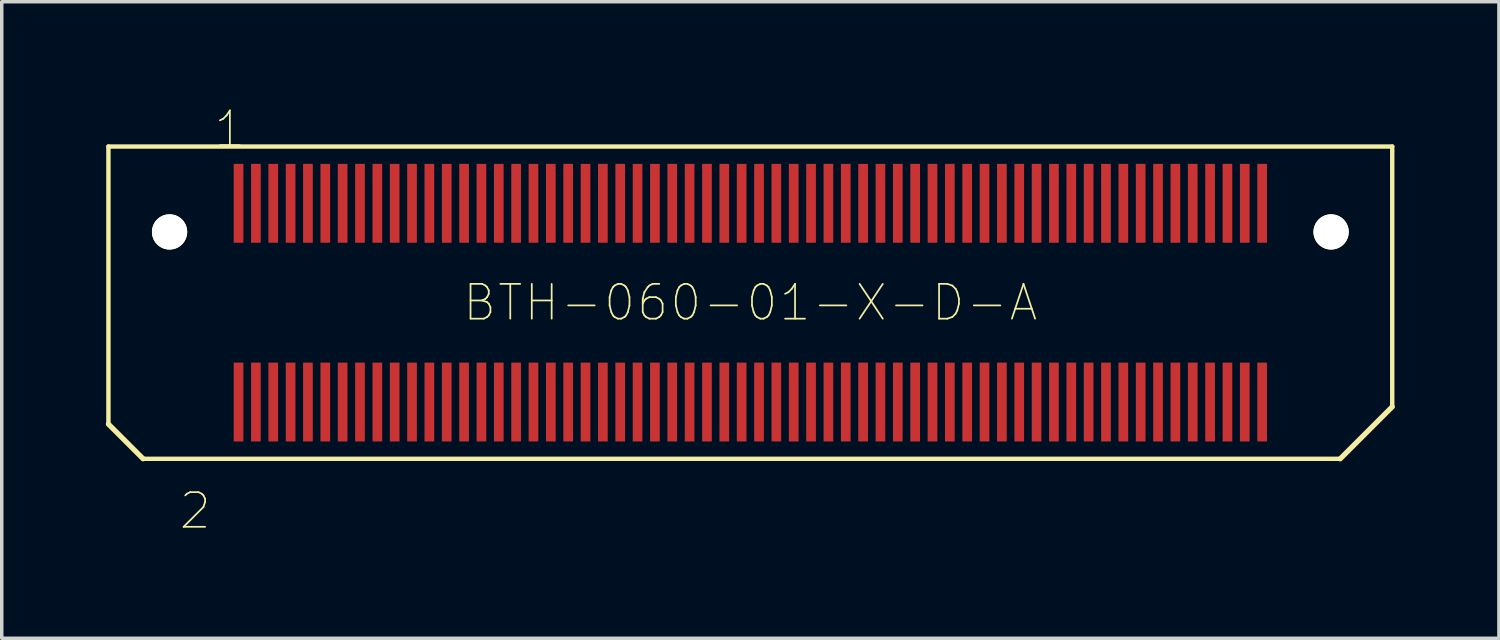
<source format=kicad_pcb>
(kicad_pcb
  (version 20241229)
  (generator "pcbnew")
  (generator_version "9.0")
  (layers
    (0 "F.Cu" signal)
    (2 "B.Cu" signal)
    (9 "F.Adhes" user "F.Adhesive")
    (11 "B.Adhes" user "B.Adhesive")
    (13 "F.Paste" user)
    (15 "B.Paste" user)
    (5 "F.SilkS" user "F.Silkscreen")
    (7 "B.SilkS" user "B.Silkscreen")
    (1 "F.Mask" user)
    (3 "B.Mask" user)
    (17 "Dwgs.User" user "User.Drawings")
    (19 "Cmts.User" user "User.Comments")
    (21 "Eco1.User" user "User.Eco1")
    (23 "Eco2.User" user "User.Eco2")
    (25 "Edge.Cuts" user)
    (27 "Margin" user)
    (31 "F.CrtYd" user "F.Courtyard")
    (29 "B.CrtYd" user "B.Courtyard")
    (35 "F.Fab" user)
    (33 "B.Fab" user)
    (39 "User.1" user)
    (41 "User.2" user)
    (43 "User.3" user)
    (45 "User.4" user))
  (footprint "BTH-060-01-X-D-A"
    (layer "F.Cu")
    (at 18.575 5.673)
    (property "Reference" "BTH-060-01-X-D-A" (at 0 0 0) (layer "F.SilkS") (effects (font (size 1.002 1.002) (thickness 0.05))))
    (attr smd)
    (fp_line (start -18.5 -4.5) (end 18.5 -4.5) (stroke (width 0.127) (type solid)) (layer "F.SilkS"))
    (fp_line (start -18.5 3.5) (end -18.5 -4.5) (stroke (width 0.127) (type solid)) (layer "F.SilkS"))
    (fp_line (start -18.5 3.5) (end -17.5 4.5) (stroke (width 0.15) (type solid)) (layer "F.SilkS"))
    (fp_line (start 17 4.5) (end -17.5 4.5) (stroke (width 0.127) (type solid)) (layer "F.SilkS"))
    (fp_line (start 18.5 -4.5) (end 18.5 3) (stroke (width 0.127) (type solid)) (layer "F.SilkS"))
    (fp_line (start 18.5 3) (end 17 4.5) (stroke (width 0.15) (type solid)) (layer "F.SilkS"))
    (fp_line (start -16 -3) (end 16 -3) (stroke (width 0.127) (type solid)) (layer "Eco2.User"))
    (fp_line (start -16 3) (end -16 -3) (stroke (width 0.127) (type solid)) (layer "Eco2.User"))
    (fp_line (start 16 -3) (end 16 3) (stroke (width 0.127) (type solid)) (layer "Eco2.User"))
    (fp_line (start 16 3) (end -16 3) (stroke (width 0.127) (type solid)) (layer "Eco2.User"))
    (fp_text user "1" (at -15 -5 0) (layer "F.SilkS") (effects (font (size 1 1) (thickness 0.05))))
    (fp_text user "2" (at -16 6 0) (layer "F.SilkS") (effects (font (size 1 1) (thickness 0.05))))
    (pad "" np_thru_hole circle (at -16.738 -2.039) (size 1.016 1.016) (drill 1.016) (layers "*.Cu" "*.Mask" "F.SilkS"))
    (pad "" np_thru_hole circle (at 16.738 -2.039) (size 1.016 1.016) (drill 1.016) (layers "*.Cu" "*.Mask" "F.SilkS"))
    (pad "1" smd rect (at -14.75 -2.864) (size 0.279 2.273) (layers "F.Cu" "F.Mask" "F.Paste"))
    (pad "2" smd rect (at -14.75 2.864) (size 0.279 2.273) (layers "F.Cu" "F.Mask" "F.Paste"))
    (pad "3" smd rect (at -14.25 -2.864) (size 0.279 2.273) (layers "F.Cu" "F.Mask" "F.Paste"))
    (pad "4" smd rect (at -14.25 2.864) (size 0.279 2.273) (layers "F.Cu" "F.Mask" "F.Paste"))
    (pad "5" smd rect (at -13.75 -2.864) (size 0.279 2.273) (layers "F.Cu" "F.Mask" "F.Paste"))
    (pad "6" smd rect (at -13.75 2.864) (size 0.279 2.273) (layers "F.Cu" "F.Mask" "F.Paste"))
    (pad "7" smd rect (at -13.25 -2.864) (size 0.279 2.273) (layers "F.Cu" "F.Mask" "F.Paste"))
    (pad "8" smd rect (at -13.25 2.864) (size 0.279 2.273) (layers "F.Cu" "F.Mask" "F.Paste"))
    (pad "9" smd rect (at -12.75 -2.864) (size 0.279 2.273) (layers "F.Cu" "F.Mask" "F.Paste"))
    (pad "10" smd rect (at -12.75 2.864) (size 0.279 2.273) (layers "F.Cu" "F.Mask" "F.Paste"))
    (pad "11" smd rect (at -12.25 -2.864) (size 0.279 2.273) (layers "F.Cu" "F.Mask" "F.Paste"))
    (pad "12" smd rect (at -12.25 2.864) (size 0.279 2.273) (layers "F.Cu" "F.Mask" "F.Paste"))
    (pad "13" smd rect (at -11.75 -2.864) (size 0.279 2.273) (layers "F.Cu" "F.Mask" "F.Paste"))
    (pad "14" smd rect (at -11.75 2.864) (size 0.279 2.273) (layers "F.Cu" "F.Mask" "F.Paste"))
    (pad "15" smd rect (at -11.25 -2.864) (size 0.279 2.273) (layers "F.Cu" "F.Mask" "F.Paste"))
    (pad "16" smd rect (at -11.25 2.864) (size 0.279 2.273) (layers "F.Cu" "F.Mask" "F.Paste"))
    (pad "17" smd rect (at -10.75 -2.864) (size 0.279 2.273) (layers "F.Cu" "F.Mask" "F.Paste"))
    (pad "18" smd rect (at -10.75 2.864) (size 0.279 2.273) (layers "F.Cu" "F.Mask" "F.Paste"))
    (pad "19" smd rect (at -10.25 -2.864) (size 0.279 2.273) (layers "F.Cu" "F.Mask" "F.Paste"))
    (pad "20" smd rect (at -10.25 2.864) (size 0.279 2.273) (layers "F.Cu" "F.Mask" "F.Paste"))
    (pad "21" smd rect (at -9.75 -2.864) (size 0.279 2.273) (layers "F.Cu" "F.Mask" "F.Paste"))
    (pad "22" smd rect (at -9.75 2.864) (size 0.279 2.273) (layers "F.Cu" "F.Mask" "F.Paste"))
    (pad "23" smd rect (at -9.25 -2.864) (size 0.279 2.273) (layers "F.Cu" "F.Mask" "F.Paste"))
    (pad "24" smd rect (at -9.25 2.864) (size 0.279 2.273) (layers "F.Cu" "F.Mask" "F.Paste"))
    (pad "25" smd rect (at -8.75 -2.864) (size 0.279 2.273) (layers "F.Cu" "F.Mask" "F.Paste"))
    (pad "26" smd rect (at -8.75 2.864) (size 0.279 2.273) (layers "F.Cu" "F.Mask" "F.Paste"))
    (pad "27" smd rect (at -8.25 -2.864) (size 0.279 2.273) (layers "F.Cu" "F.Mask" "F.Paste"))
    (pad "28" smd rect (at -8.25 2.864) (size 0.279 2.273) (layers "F.Cu" "F.Mask" "F.Paste"))
    (pad "29" smd rect (at -7.75 -2.864) (size 0.279 2.273) (layers "F.Cu" "F.Mask" "F.Paste"))
    (pad "30" smd rect (at -7.75 2.864) (size 0.279 2.273) (layers "F.Cu" "F.Mask" "F.Paste"))
    (pad "31" smd rect (at -7.25 -2.864) (size 0.279 2.273) (layers "F.Cu" "F.Mask" "F.Paste"))
    (pad "32" smd rect (at -7.25 2.864) (size 0.279 2.273) (layers "F.Cu" "F.Mask" "F.Paste"))
    (pad "33" smd rect (at -6.75 -2.864) (size 0.279 2.273) (layers "F.Cu" "F.Mask" "F.Paste"))
    (pad "34" smd rect (at -6.75 2.864) (size 0.279 2.273) (layers "F.Cu" "F.Mask" "F.Paste"))
    (pad "35" smd rect (at -6.25 -2.864) (size 0.279 2.273) (layers "F.Cu" "F.Mask" "F.Paste"))
    (pad "36" smd rect (at -6.25 2.864) (size 0.279 2.273) (layers "F.Cu" "F.Mask" "F.Paste"))
    (pad "37" smd rect (at -5.75 -2.864) (size 0.279 2.273) (layers "F.Cu" "F.Mask" "F.Paste"))
    (pad "38" smd rect (at -5.75 2.864) (size 0.279 2.273) (layers "F.Cu" "F.Mask" "F.Paste"))
    (pad "39" smd rect (at -5.25 -2.864) (size 0.279 2.273) (layers "F.Cu" "F.Mask" "F.Paste"))
    (pad "40" smd rect (at -5.25 2.864) (size 0.279 2.273) (layers "F.Cu" "F.Mask" "F.Paste"))
    (pad "41" smd rect (at -4.75 -2.864) (size 0.279 2.273) (layers "F.Cu" "F.Mask" "F.Paste"))
    (pad "42" smd rect (at -4.75 2.864) (size 0.279 2.273) (layers "F.Cu" "F.Mask" "F.Paste"))
    (pad "43" smd rect (at -4.25 -2.864) (size 0.279 2.273) (layers "F.Cu" "F.Mask" "F.Paste"))
    (pad "44" smd rect (at -4.25 2.864) (size 0.279 2.273) (layers "F.Cu" "F.Mask" "F.Paste"))
    (pad "45" smd rect (at -3.75 -2.864) (size 0.279 2.273) (layers "F.Cu" "F.Mask" "F.Paste"))
    (pad "46" smd rect (at -3.75 2.864) (size 0.279 2.273) (layers "F.Cu" "F.Mask" "F.Paste"))
    (pad "47" smd rect (at -3.25 -2.864) (size 0.279 2.273) (layers "F.Cu" "F.Mask" "F.Paste"))
    (pad "48" smd rect (at -3.25 2.864) (size 0.279 2.273) (layers "F.Cu" "F.Mask" "F.Paste"))
    (pad "49" smd rect (at -2.75 -2.864) (size 0.279 2.273) (layers "F.Cu" "F.Mask" "F.Paste"))
    (pad "50" smd rect (at -2.75 2.864) (size 0.279 2.273) (layers "F.Cu" "F.Mask" "F.Paste"))
    (pad "51" smd rect (at -2.25 -2.864) (size 0.279 2.273) (layers "F.Cu" "F.Mask" "F.Paste"))
    (pad "52" smd rect (at -2.25 2.864) (size 0.279 2.273) (layers "F.Cu" "F.Mask" "F.Paste"))
    (pad "53" smd rect (at -1.75 -2.864) (size 0.279 2.273) (layers "F.Cu" "F.Mask" "F.Paste"))
    (pad "54" smd rect (at -1.75 2.864) (size 0.279 2.273) (layers "F.Cu" "F.Mask" "F.Paste"))
    (pad "55" smd rect (at -1.25 -2.864) (size 0.279 2.273) (layers "F.Cu" "F.Mask" "F.Paste"))
    (pad "56" smd rect (at -1.25 2.864) (size 0.279 2.273) (layers "F.Cu" "F.Mask" "F.Paste"))
    (pad "57" smd rect (at -0.75 -2.864) (size 0.279 2.273) (layers "F.Cu" "F.Mask" "F.Paste"))
    (pad "58" smd rect (at -0.75 2.864) (size 0.279 2.273) (layers "F.Cu" "F.Mask" "F.Paste"))
    (pad "59" smd rect (at -0.25 -2.864) (size 0.279 2.273) (layers "F.Cu" "F.Mask" "F.Paste"))
    (pad "60" smd rect (at -0.25 2.864) (size 0.279 2.273) (layers "F.Cu" "F.Mask" "F.Paste"))
    (pad "61" smd rect (at 0.25 -2.864) (size 0.279 2.273) (layers "F.Cu" "F.Mask" "F.Paste"))
    (pad "62" smd rect (at 0.25 2.864) (size 0.279 2.273) (layers "F.Cu" "F.Mask" "F.Paste"))
    (pad "63" smd rect (at 0.75 -2.864) (size 0.279 2.273) (layers "F.Cu" "F.Mask" "F.Paste"))
    (pad "64" smd rect (at 0.75 2.864) (size 0.279 2.273) (layers "F.Cu" "F.Mask" "F.Paste"))
    (pad "65" smd rect (at 1.25 -2.864) (size 0.279 2.273) (layers "F.Cu" "F.Mask" "F.Paste"))
    (pad "66" smd rect (at 1.25 2.864) (size 0.279 2.273) (layers "F.Cu" "F.Mask" "F.Paste"))
    (pad "67" smd rect (at 1.75 -2.864) (size 0.279 2.273) (layers "F.Cu" "F.Mask" "F.Paste"))
    (pad "68" smd rect (at 1.75 2.864) (size 0.279 2.273) (layers "F.Cu" "F.Mask" "F.Paste"))
    (pad "69" smd rect (at 2.25 -2.864) (size 0.279 2.273) (layers "F.Cu" "F.Mask" "F.Paste"))
    (pad "70" smd rect (at 2.25 2.864) (size 0.279 2.273) (layers "F.Cu" "F.Mask" "F.Paste"))
    (pad "71" smd rect (at 2.75 -2.864) (size 0.279 2.273) (layers "F.Cu" "F.Mask" "F.Paste"))
    (pad "72" smd rect (at 2.75 2.864) (size 0.279 2.273) (layers "F.Cu" "F.Mask" "F.Paste"))
    (pad "73" smd rect (at 3.25 -2.864) (size 0.279 2.273) (layers "F.Cu" "F.Mask" "F.Paste"))
    (pad "74" smd rect (at 3.25 2.864) (size 0.279 2.273) (layers "F.Cu" "F.Mask" "F.Paste"))
    (pad "75" smd rect (at 3.75 -2.864) (size 0.279 2.273) (layers "F.Cu" "F.Mask" "F.Paste"))
    (pad "76" smd rect (at 3.75 2.864) (size 0.279 2.273) (layers "F.Cu" "F.Mask" "F.Paste"))
    (pad "77" smd rect (at 4.25 -2.864) (size 0.279 2.273) (layers "F.Cu" "F.Mask" "F.Paste"))
    (pad "78" smd rect (at 4.25 2.864) (size 0.279 2.273) (layers "F.Cu" "F.Mask" "F.Paste"))
    (pad "79" smd rect (at 4.75 -2.864) (size 0.279 2.273) (layers "F.Cu" "F.Mask" "F.Paste"))
    (pad "80" smd rect (at 4.75 2.864) (size 0.279 2.273) (layers "F.Cu" "F.Mask" "F.Paste"))
    (pad "81" smd rect (at 5.25 -2.864) (size 0.279 2.273) (layers "F.Cu" "F.Mask" "F.Paste"))
    (pad "82" smd rect (at 5.25 2.864) (size 0.279 2.273) (layers "F.Cu" "F.Mask" "F.Paste"))
    (pad "83" smd rect (at 5.75 -2.864) (size 0.279 2.273) (layers "F.Cu" "F.Mask" "F.Paste"))
    (pad "84" smd rect (at 5.75 2.864) (size 0.279 2.273) (layers "F.Cu" "F.Mask" "F.Paste"))
    (pad "85" smd rect (at 6.25 -2.864) (size 0.279 2.273) (layers "F.Cu" "F.Mask" "F.Paste"))
    (pad "86" smd rect (at 6.25 2.864) (size 0.279 2.273) (layers "F.Cu" "F.Mask" "F.Paste"))
    (pad "87" smd rect (at 6.75 -2.864) (size 0.279 2.273) (layers "F.Cu" "F.Mask" "F.Paste"))
    (pad "88" smd rect (at 6.75 2.864) (size 0.279 2.273) (layers "F.Cu" "F.Mask" "F.Paste"))
    (pad "89" smd rect (at 7.25 -2.864) (size 0.279 2.273) (layers "F.Cu" "F.Mask" "F.Paste"))
    (pad "90" smd rect (at 7.25 2.864) (size 0.279 2.273) (layers "F.Cu" "F.Mask" "F.Paste"))
    (pad "91" smd rect (at 7.75 -2.864) (size 0.279 2.273) (layers "F.Cu" "F.Mask" "F.Paste"))
    (pad "92" smd rect (at 7.75 2.864) (size 0.279 2.273) (layers "F.Cu" "F.Mask" "F.Paste"))
    (pad "93" smd rect (at 8.25 -2.864) (size 0.279 2.273) (layers "F.Cu" "F.Mask" "F.Paste"))
    (pad "94" smd rect (at 8.25 2.864) (size 0.279 2.273) (layers "F.Cu" "F.Mask" "F.Paste"))
    (pad "95" smd rect (at 8.75 -2.864) (size 0.279 2.273) (layers "F.Cu" "F.Mask" "F.Paste"))
    (pad "96" smd rect (at 8.75 2.864) (size 0.279 2.273) (layers "F.Cu" "F.Mask" "F.Paste"))
    (pad "97" smd rect (at 9.25 -2.864) (size 0.279 2.273) (layers "F.Cu" "F.Mask" "F.Paste"))
    (pad "98" smd rect (at 9.25 2.864) (size 0.279 2.273) (layers "F.Cu" "F.Mask" "F.Paste"))
    (pad "99" smd rect (at 9.75 -2.864) (size 0.279 2.273) (layers "F.Cu" "F.Mask" "F.Paste"))
    (pad "100" smd rect (at 9.75 2.864) (size 0.279 2.273) (layers "F.Cu" "F.Mask" "F.Paste"))
    (pad "101" smd rect (at 10.25 -2.864) (size 0.279 2.273) (layers "F.Cu" "F.Mask" "F.Paste"))
    (pad "102" smd rect (at 10.25 2.864) (size 0.279 2.273) (layers "F.Cu" "F.Mask" "F.Paste"))
    (pad "103" smd rect (at 10.75 -2.864) (size 0.279 2.273) (layers "F.Cu" "F.Mask" "F.Paste"))
    (pad "104" smd rect (at 10.75 2.864) (size 0.279 2.273) (layers "F.Cu" "F.Mask" "F.Paste"))
    (pad "105" smd rect (at 11.25 -2.864) (size 0.279 2.273) (layers "F.Cu" "F.Mask" "F.Paste"))
    (pad "106" smd rect (at 11.25 2.864) (size 0.279 2.273) (layers "F.Cu" "F.Mask" "F.Paste"))
    (pad "107" smd rect (at 11.75 -2.864) (size 0.279 2.273) (layers "F.Cu" "F.Mask" "F.Paste"))
    (pad "108" smd rect (at 11.75 2.864) (size 0.279 2.273) (layers "F.Cu" "F.Mask" "F.Paste"))
    (pad "109" smd rect (at 12.25 -2.864) (size 0.279 2.273) (layers "F.Cu" "F.Mask" "F.Paste"))
    (pad "110" smd rect (at 12.25 2.864) (size 0.279 2.273) (layers "F.Cu" "F.Mask" "F.Paste"))
    (pad "111" smd rect (at 12.75 -2.864) (size 0.279 2.273) (layers "F.Cu" "F.Mask" "F.Paste"))
    (pad "112" smd rect (at 12.75 2.864) (size 0.279 2.273) (layers "F.Cu" "F.Mask" "F.Paste"))
    (pad "113" smd rect (at 13.25 -2.864) (size 0.279 2.273) (layers "F.Cu" "F.Mask" "F.Paste"))
    (pad "114" smd rect (at 13.25 2.864) (size 0.279 2.273) (layers "F.Cu" "F.Mask" "F.Paste"))
    (pad "115" smd rect (at 13.75 -2.864) (size 0.279 2.273) (layers "F.Cu" "F.Mask" "F.Paste"))
    (pad "116" smd rect (at 13.75 2.864) (size 0.279 2.273) (layers "F.Cu" "F.Mask" "F.Paste"))
    (pad "117" smd rect (at 14.25 -2.864) (size 0.279 2.273) (layers "F.Cu" "F.Mask" "F.Paste"))
    (pad "118" smd rect (at 14.25 2.864) (size 0.279 2.273) (layers "F.Cu" "F.Mask" "F.Paste"))
    (pad "119" smd rect (at 14.75 -2.864) (size 0.279 2.273) (layers "F.Cu" "F.Mask" "F.Paste"))
    (pad "120" smd rect (at 14.75 2.864) (size 0.279 2.273) (layers "F.Cu" "F.Mask" "F.Paste")))
  (gr_rect
    (start -3 -3)
    (end 40.15 15.345)
    (stroke (width 0.1) (type default))
    (fill no)
    (layer "Edge.Cuts")))
</source>
